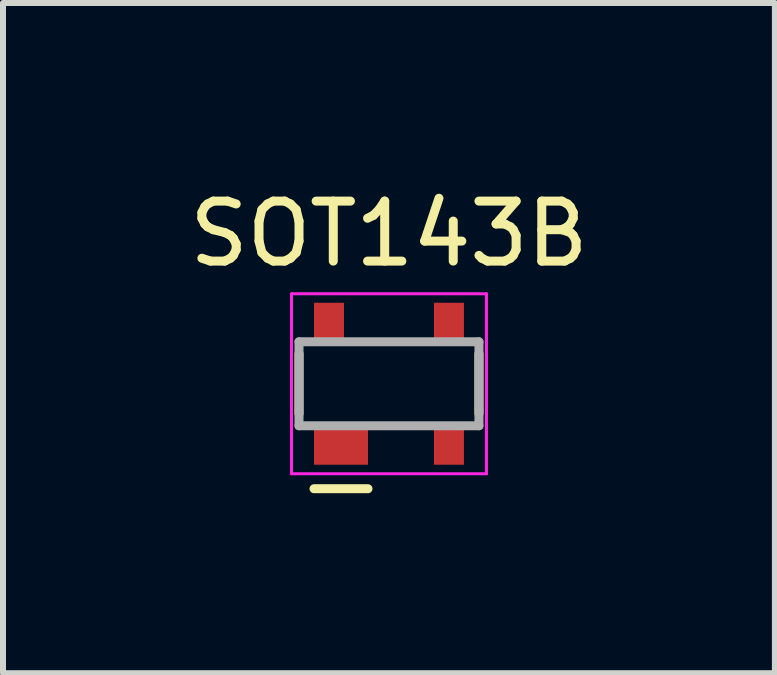
<source format=kicad_pcb>
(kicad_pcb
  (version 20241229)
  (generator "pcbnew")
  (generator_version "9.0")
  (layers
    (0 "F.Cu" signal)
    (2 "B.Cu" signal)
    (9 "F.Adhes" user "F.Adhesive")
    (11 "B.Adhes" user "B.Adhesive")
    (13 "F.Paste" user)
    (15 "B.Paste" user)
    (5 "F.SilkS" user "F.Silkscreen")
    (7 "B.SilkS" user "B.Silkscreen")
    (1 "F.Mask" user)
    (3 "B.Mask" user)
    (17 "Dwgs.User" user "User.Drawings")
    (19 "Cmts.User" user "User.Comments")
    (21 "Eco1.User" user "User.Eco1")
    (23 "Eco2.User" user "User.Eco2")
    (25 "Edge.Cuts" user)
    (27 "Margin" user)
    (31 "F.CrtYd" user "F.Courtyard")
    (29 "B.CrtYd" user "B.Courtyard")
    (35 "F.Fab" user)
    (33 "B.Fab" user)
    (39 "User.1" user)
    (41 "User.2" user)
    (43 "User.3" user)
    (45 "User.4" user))
  (footprint "SOT143B"
    (layer "F.Cu")
    (at 3.435 3.348)
    (property "Reference" "SOT143B" (at 0 -2.5 0) (layer "F.SilkS") (effects (font (size 1 1) (thickness 0.15))))
    (attr smd)
    (fp_line (start -1.5 -0.5) (end -1.5 0.5) (stroke (width 0.15) (type solid)) (layer "F.SilkS"))
    (fp_line (start -1.25 1.75) (end -0.35 1.75) (stroke (width 0.15) (type solid)) (layer "F.SilkS"))
    (fp_line (start 1.5 -0.5) (end 1.5 0.5) (stroke (width 0.15) (type solid)) (layer "F.SilkS"))
    (fp_line (start -1.625 -1.5) (end 1.625 -1.5) (stroke (width 0.05) (type solid)) (layer "F.CrtYd"))
    (fp_line (start -1.625 1.5) (end -1.625 -1.5) (stroke (width 0.05) (type solid)) (layer "F.CrtYd"))
    (fp_line (start 1.625 -1.5) (end 1.625 1.5) (stroke (width 0.05) (type solid)) (layer "F.CrtYd"))
    (fp_line (start 1.625 1.5) (end -1.625 1.5) (stroke (width 0.05) (type solid)) (layer "F.CrtYd"))
    (fp_line (start -1.5 -0.7) (end 1.5 -0.7) (stroke (width 0.15) (type solid)) (layer "F.Fab"))
    (fp_line (start -1.5 0.7) (end -1.5 -0.7) (stroke (width 0.15) (type solid)) (layer "F.Fab"))
    (fp_line (start 1.5 -0.7) (end 1.5 0.7) (stroke (width 0.15) (type solid)) (layer "F.Fab"))
    (fp_line (start 1.5 0.7) (end -1.5 0.7) (stroke (width 0.15) (type solid)) (layer "F.Fab"))
    (pad "1" smd rect (at -0.8 1.05) (size 0.9 0.6) (layers "F.Cu" "F.Mask" "F.Paste"))
    (pad "2" smd rect (at 1 1.05) (size 0.5 0.6) (layers "F.Cu" "F.Mask" "F.Paste"))
    (pad "3" smd rect (at 1 -1.05) (size 0.5 0.6) (layers "F.Cu" "F.Mask" "F.Paste"))
    (pad "4" smd rect (at -1 -1.05) (size 0.5 0.6) (layers "F.Cu" "F.Mask" "F.Paste")))
  (gr_rect
    (start -3 -3)
    (end 9.869 8.173)
    (stroke (width 0.1) (type default))
    (fill no)
    (layer "Edge.Cuts")))
</source>
